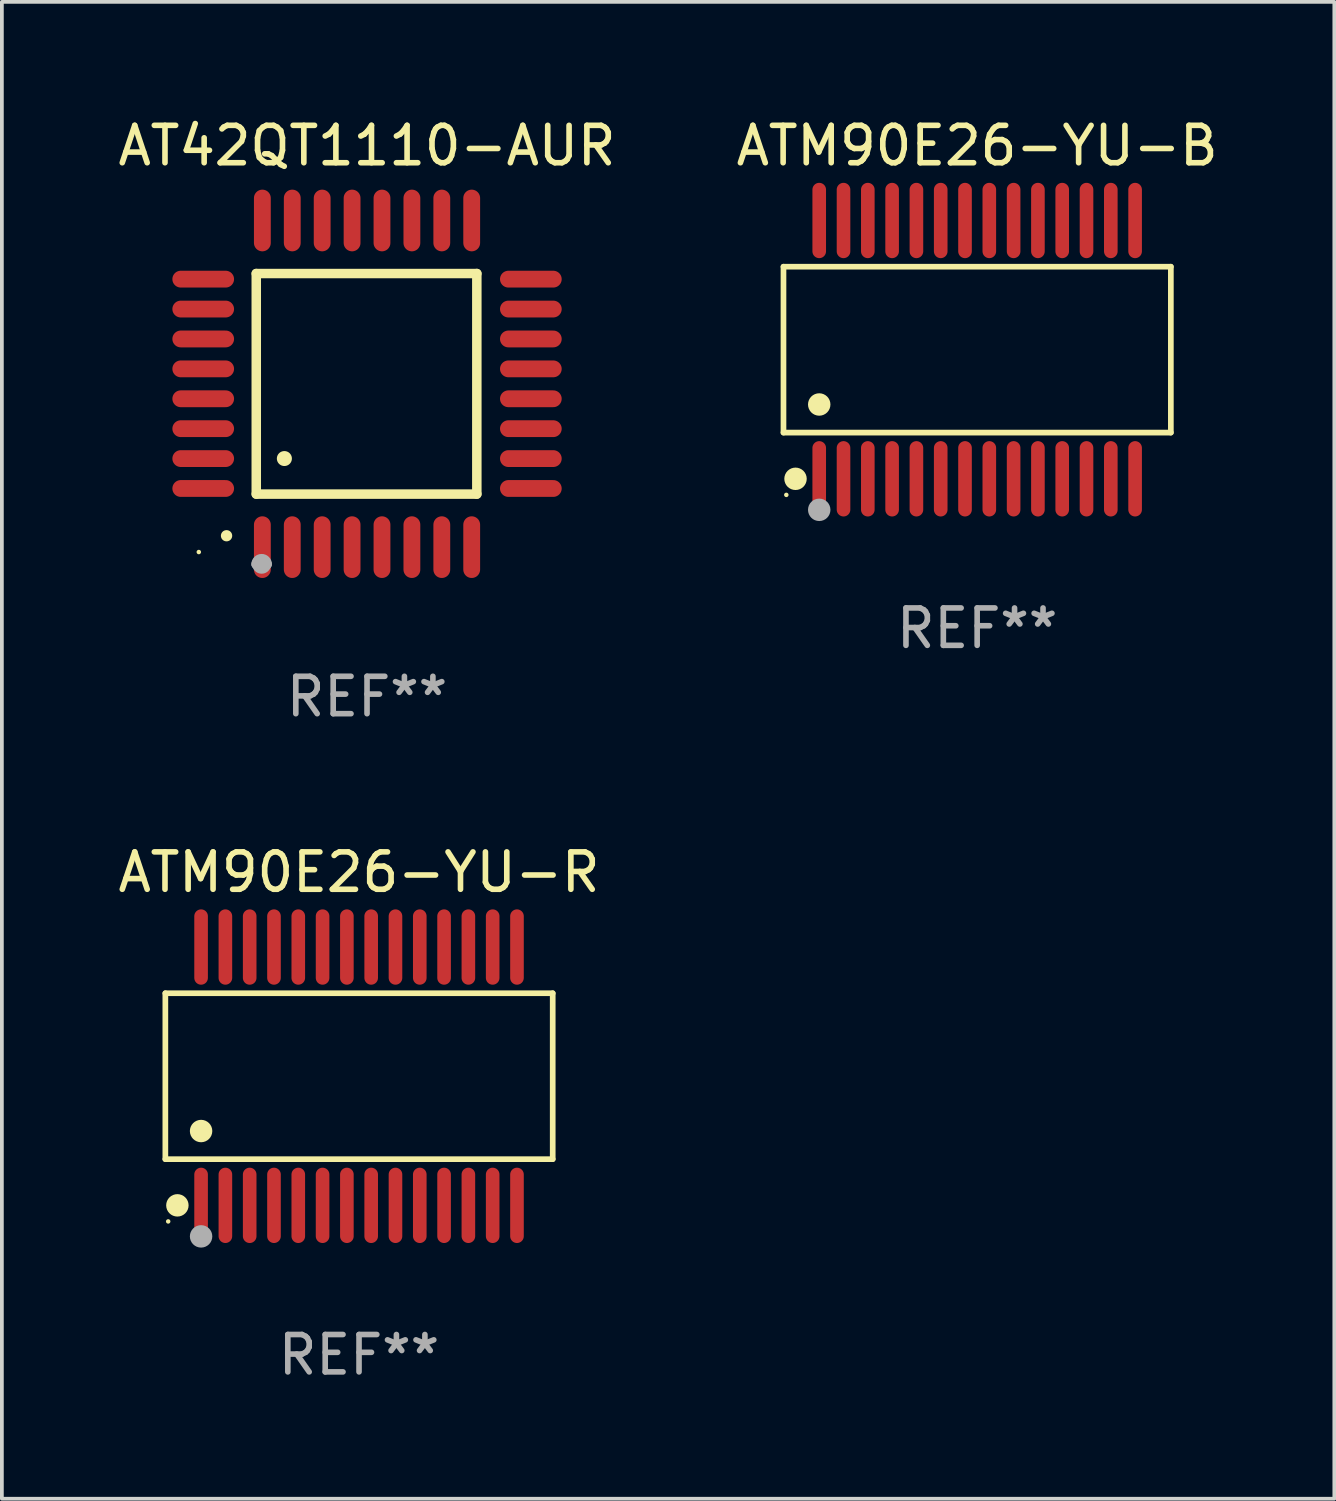
<source format=kicad_pcb>
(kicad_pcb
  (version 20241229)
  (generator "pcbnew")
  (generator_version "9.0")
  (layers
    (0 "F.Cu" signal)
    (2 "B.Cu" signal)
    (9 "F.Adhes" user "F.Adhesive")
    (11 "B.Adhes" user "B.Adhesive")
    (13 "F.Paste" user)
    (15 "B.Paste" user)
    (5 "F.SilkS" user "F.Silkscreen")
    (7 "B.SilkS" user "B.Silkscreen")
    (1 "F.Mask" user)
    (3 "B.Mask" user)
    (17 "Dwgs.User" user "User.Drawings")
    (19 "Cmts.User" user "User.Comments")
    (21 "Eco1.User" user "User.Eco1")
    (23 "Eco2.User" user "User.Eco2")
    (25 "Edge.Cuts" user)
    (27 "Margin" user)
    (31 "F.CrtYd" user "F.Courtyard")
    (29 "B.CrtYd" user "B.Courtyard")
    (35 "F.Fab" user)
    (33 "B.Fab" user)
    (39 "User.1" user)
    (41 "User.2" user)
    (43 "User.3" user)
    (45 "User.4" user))
  (footprint "ATM90E26-YU-R"
    (layer "F.Cu")
    (at 6.554 25.738)
    (property "Reference" "ATM90E26-YU-R" (at 0 -5.455 0) (layer "F.SilkS") (effects (font (size 1 1) (thickness 0.15))))
    (attr through_hole)
    (fp_line (start -5.181 -2.219) (end 5.181 -2.219) (stroke (width 0.152) (type solid)) (layer "F.SilkS"))
    (fp_line (start -5.181 2.219) (end -5.181 -2.219) (stroke (width 0.152) (type solid)) (layer "F.SilkS"))
    (fp_line (start 5.181 -2.219) (end 5.181 2.219) (stroke (width 0.152) (type solid)) (layer "F.SilkS"))
    (fp_line (start 5.181 2.219) (end -5.181 2.219) (stroke (width 0.152) (type solid)) (layer "F.SilkS"))
    (fp_circle (center -5.105 3.885) (end -5.075 3.885) (stroke (width 0.06) (type solid)) (fill no) (layer "F.SilkS"))
    (fp_circle (center -4.859 3.455) (end -4.709 3.455) (stroke (width 0.3) (type solid)) (fill no) (layer "F.SilkS"))
    (fp_circle (center -4.225 1.467) (end -4.075 1.467) (stroke (width 0.3) (type solid)) (fill no) (layer "F.SilkS"))
    (fp_circle (center -4.225 4.285) (end -4.075 4.285) (stroke (width 0.3) (type solid)) (fill no) (layer "F.Fab"))
    (fp_text user "REF**" (at 0 7.455 0) (layer "F.Fab") (effects (font (size 1 1) (thickness 0.15))))
    (pad "1" smd oval (at -4.225 3.455) (size 0.364 2.015) (layers "F.Cu" "F.Mask" "F.Paste"))
    (pad "2" smd oval (at -3.575 3.455) (size 0.364 2.015) (layers "F.Cu" "F.Mask" "F.Paste"))
    (pad "3" smd oval (at -2.925 3.455) (size 0.364 2.015) (layers "F.Cu" "F.Mask" "F.Paste"))
    (pad "4" smd oval (at -2.275 3.455) (size 0.364 2.015) (layers "F.Cu" "F.Mask" "F.Paste"))
    (pad "5" smd oval (at -1.625 3.455) (size 0.364 2.015) (layers "F.Cu" "F.Mask" "F.Paste"))
    (pad "6" smd oval (at -0.975 3.455) (size 0.364 2.015) (layers "F.Cu" "F.Mask" "F.Paste"))
    (pad "7" smd oval (at -0.325 3.455) (size 0.364 2.015) (layers "F.Cu" "F.Mask" "F.Paste"))
    (pad "8" smd oval (at 0.325 3.455) (size 0.364 2.015) (layers "F.Cu" "F.Mask" "F.Paste"))
    (pad "9" smd oval (at 0.975 3.455) (size 0.364 2.015) (layers "F.Cu" "F.Mask" "F.Paste"))
    (pad "10" smd oval (at 1.625 3.455) (size 0.364 2.015) (layers "F.Cu" "F.Mask" "F.Paste"))
    (pad "11" smd oval (at 2.275 3.455) (size 0.364 2.015) (layers "F.Cu" "F.Mask" "F.Paste"))
    (pad "12" smd oval (at 2.925 3.455) (size 0.364 2.015) (layers "F.Cu" "F.Mask" "F.Paste"))
    (pad "13" smd oval (at 3.575 3.455) (size 0.364 2.015) (layers "F.Cu" "F.Mask" "F.Paste"))
    (pad "14" smd oval (at 4.225 3.455) (size 0.364 2.015) (layers "F.Cu" "F.Mask" "F.Paste"))
    (pad "15" smd oval (at 4.225 -3.455) (size 0.364 2.015) (layers "F.Cu" "F.Mask" "F.Paste"))
    (pad "16" smd oval (at 3.575 -3.455) (size 0.364 2.015) (layers "F.Cu" "F.Mask" "F.Paste"))
    (pad "17" smd oval (at 2.925 -3.455) (size 0.364 2.015) (layers "F.Cu" "F.Mask" "F.Paste"))
    (pad "18" smd oval (at 2.275 -3.455) (size 0.364 2.015) (layers "F.Cu" "F.Mask" "F.Paste"))
    (pad "19" smd oval (at 1.625 -3.455) (size 0.364 2.015) (layers "F.Cu" "F.Mask" "F.Paste"))
    (pad "20" smd oval (at 0.975 -3.455) (size 0.364 2.015) (layers "F.Cu" "F.Mask" "F.Paste"))
    (pad "21" smd oval (at 0.325 -3.455) (size 0.364 2.015) (layers "F.Cu" "F.Mask" "F.Paste"))
    (pad "22" smd oval (at -0.325 -3.455) (size 0.364 2.015) (layers "F.Cu" "F.Mask" "F.Paste"))
    (pad "23" smd oval (at -0.975 -3.455) (size 0.364 2.015) (layers "F.Cu" "F.Mask" "F.Paste"))
    (pad "24" smd oval (at -1.625 -3.455) (size 0.364 2.015) (layers "F.Cu" "F.Mask" "F.Paste"))
    (pad "25" smd oval (at -2.275 -3.455) (size 0.364 2.015) (layers "F.Cu" "F.Mask" "F.Paste"))
    (pad "26" smd oval (at -2.925 -3.455) (size 0.364 2.015) (layers "F.Cu" "F.Mask" "F.Paste"))
    (pad "27" smd oval (at -3.575 -3.455) (size 0.364 2.015) (layers "F.Cu" "F.Mask" "F.Paste"))
    (pad "28" smd oval (at -4.225 -3.455) (size 0.364 2.015) (layers "F.Cu" "F.Mask" "F.Paste")))
  (footprint "AT42QT1110-AUR"
    (layer "F.Cu")
    (at 6.768 7.217)
    (property "Reference" "AT42QT1110-AUR" (at 0 -6.369 0) (layer "F.SilkS") (effects (font (size 1 1) (thickness 0.15))))
    (attr through_hole)
    (fp_line (start -2.963 -2.95) (end -2.963 2.95) (stroke (width 0.254) (type solid)) (layer "F.SilkS"))
    (fp_line (start -2.963 2.95) (end 2.937 2.95) (stroke (width 0.254) (type solid)) (layer "F.SilkS"))
    (fp_line (start 2.937 -2.95) (end -2.963 -2.95) (stroke (width 0.254) (type solid)) (layer "F.SilkS"))
    (fp_line (start 2.937 2.95) (end 2.937 -2.95) (stroke (width 0.254) (type solid)) (layer "F.SilkS"))
    (fp_arc (start -3.759208 4.064008) (mid -3.757938 4.064003) (end -3.756668 4.064008) (stroke (width 0.3) (type solid)) (layer "F.SilkS"))
    (fp_arc (start -2.212344 1.998984) (mid -2.211074 1.99898) (end -2.209804 1.998984) (stroke (width 0.4) (type solid)) (layer "F.SilkS"))
    (fp_circle (center -4.5 4.5) (end -4.47 4.5) (stroke (width 0.06) (type solid)) (fill no) (layer "F.SilkS"))
    (fp_arc (start -2.967489 4.82601) (mid -2.819406 4.677927) (end -2.671323 4.82601) (stroke (width 0.254001) (type solid)) (layer "F.Fab"))
    (fp_arc (start -2.967488 4.82601) (mid -2.819406 4.791053) (end -2.671324 4.82601) (stroke (width 0.254001) (type solid)) (layer "F.Fab"))
    (fp_circle (center -2.819 4.826) (end -2.692 4.826) (stroke (width 0.254) (type solid)) (fill no) (layer "F.Fab"))
    (fp_text user "REF**" (at 0 8.369 0) (layer "F.Fab") (effects (font (size 1 1) (thickness 0.15))))
    (pad "1" smd oval (at -2.8 4.369) (size 0.45 1.65) (layers "F.Cu" "F.Mask" "F.Paste"))
    (pad "2" smd oval (at -2 4.369) (size 0.45 1.65) (layers "F.Cu" "F.Mask" "F.Paste"))
    (pad "3" smd oval (at -1.2 4.369) (size 0.45 1.65) (layers "F.Cu" "F.Mask" "F.Paste"))
    (pad "4" smd oval (at -0.4 4.369) (size 0.45 1.65) (layers "F.Cu" "F.Mask" "F.Paste"))
    (pad "5" smd oval (at 0.4 4.369) (size 0.45 1.65) (layers "F.Cu" "F.Mask" "F.Paste"))
    (pad "6" smd oval (at 1.2 4.369) (size 0.45 1.65) (layers "F.Cu" "F.Mask" "F.Paste"))
    (pad "7" smd oval (at 2 4.369) (size 0.45 1.65) (layers "F.Cu" "F.Mask" "F.Paste"))
    (pad "8" smd oval (at 2.8 4.369) (size 0.45 1.65) (layers "F.Cu" "F.Mask" "F.Paste"))
    (pad "9" smd oval (at 4.382 2.8) (size 1.65 0.45) (layers "F.Cu" "F.Mask" "F.Paste"))
    (pad "10" smd oval (at 4.382 2) (size 1.65 0.45) (layers "F.Cu" "F.Mask" "F.Paste"))
    (pad "11" smd oval (at 4.382 1.2) (size 1.65 0.45) (layers "F.Cu" "F.Mask" "F.Paste"))
    (pad "12" smd oval (at 4.382 0.4) (size 1.65 0.45) (layers "F.Cu" "F.Mask" "F.Paste"))
    (pad "13" smd oval (at 4.382 -0.4) (size 1.65 0.45) (layers "F.Cu" "F.Mask" "F.Paste"))
    (pad "14" smd oval (at 4.382 -1.2) (size 1.65 0.45) (layers "F.Cu" "F.Mask" "F.Paste"))
    (pad "15" smd oval (at 4.382 -2) (size 1.65 0.45) (layers "F.Cu" "F.Mask" "F.Paste"))
    (pad "16" smd oval (at 4.382 -2.8) (size 1.65 0.45) (layers "F.Cu" "F.Mask" "F.Paste"))
    (pad "17" smd oval (at 2.8 -4.369) (size 0.45 1.65) (layers "F.Cu" "F.Mask" "F.Paste"))
    (pad "18" smd oval (at 2 -4.369) (size 0.45 1.65) (layers "F.Cu" "F.Mask" "F.Paste"))
    (pad "19" smd oval (at 1.2 -4.369) (size 0.45 1.65) (layers "F.Cu" "F.Mask" "F.Paste"))
    (pad "20" smd oval (at 0.4 -4.369) (size 0.45 1.65) (layers "F.Cu" "F.Mask" "F.Paste"))
    (pad "21" smd oval (at -0.4 -4.369) (size 0.45 1.65) (layers "F.Cu" "F.Mask" "F.Paste"))
    (pad "22" smd oval (at -1.2 -4.369) (size 0.45 1.65) (layers "F.Cu" "F.Mask" "F.Paste"))
    (pad "23" smd oval (at -2 -4.369) (size 0.45 1.65) (layers "F.Cu" "F.Mask" "F.Paste"))
    (pad "24" smd oval (at -2.8 -4.369) (size 0.45 1.65) (layers "F.Cu" "F.Mask" "F.Paste"))
    (pad "25" smd oval (at -4.382 -2.8) (size 1.65 0.45) (layers "F.Cu" "F.Mask" "F.Paste"))
    (pad "26" smd oval (at -4.382 -2) (size 1.65 0.45) (layers "F.Cu" "F.Mask" "F.Paste"))
    (pad "27" smd oval (at -4.382 -1.2) (size 1.65 0.45) (layers "F.Cu" "F.Mask" "F.Paste"))
    (pad "28" smd oval (at -4.382 -0.4) (size 1.65 0.45) (layers "F.Cu" "F.Mask" "F.Paste"))
    (pad "29" smd oval (at -4.382 0.4) (size 1.65 0.45) (layers "F.Cu" "F.Mask" "F.Paste"))
    (pad "30" smd oval (at -4.382 1.2) (size 1.65 0.45) (layers "F.Cu" "F.Mask" "F.Paste"))
    (pad "31" smd oval (at -4.382 2) (size 1.65 0.45) (layers "F.Cu" "F.Mask" "F.Paste"))
    (pad "32" smd oval (at -4.382 2.8) (size 1.65 0.45) (layers "F.Cu" "F.Mask" "F.Paste")))
  (footprint "ATM90E26-YU-B"
    (layer "F.Cu")
    (at 23.089 6.303)
    (property "Reference" "ATM90E26-YU-B" (at 0 -5.455 0) (layer "F.SilkS") (effects (font (size 1 1) (thickness 0.15))))
    (attr through_hole)
    (fp_line (start -5.181 -2.219) (end 5.181 -2.219) (stroke (width 0.152) (type solid)) (layer "F.SilkS"))
    (fp_line (start -5.181 2.219) (end -5.181 -2.219) (stroke (width 0.152) (type solid)) (layer "F.SilkS"))
    (fp_line (start 5.181 -2.219) (end 5.181 2.219) (stroke (width 0.152) (type solid)) (layer "F.SilkS"))
    (fp_line (start 5.181 2.219) (end -5.181 2.219) (stroke (width 0.152) (type solid)) (layer "F.SilkS"))
    (fp_circle (center -5.105 3.885) (end -5.075 3.885) (stroke (width 0.06) (type solid)) (fill no) (layer "F.SilkS"))
    (fp_circle (center -4.859 3.455) (end -4.709 3.455) (stroke (width 0.3) (type solid)) (fill no) (layer "F.SilkS"))
    (fp_circle (center -4.225 1.467) (end -4.075 1.467) (stroke (width 0.3) (type solid)) (fill no) (layer "F.SilkS"))
    (fp_circle (center -4.225 4.285) (end -4.075 4.285) (stroke (width 0.3) (type solid)) (fill no) (layer "F.Fab"))
    (fp_text user "REF**" (at 0 7.455 0) (layer "F.Fab") (effects (font (size 1 1) (thickness 0.15))))
    (pad "1" smd oval (at -4.225 3.455) (size 0.364 2.015) (layers "F.Cu" "F.Mask" "F.Paste"))
    (pad "2" smd oval (at -3.575 3.455) (size 0.364 2.015) (layers "F.Cu" "F.Mask" "F.Paste"))
    (pad "3" smd oval (at -2.925 3.455) (size 0.364 2.015) (layers "F.Cu" "F.Mask" "F.Paste"))
    (pad "4" smd oval (at -2.275 3.455) (size 0.364 2.015) (layers "F.Cu" "F.Mask" "F.Paste"))
    (pad "5" smd oval (at -1.625 3.455) (size 0.364 2.015) (layers "F.Cu" "F.Mask" "F.Paste"))
    (pad "6" smd oval (at -0.975 3.455) (size 0.364 2.015) (layers "F.Cu" "F.Mask" "F.Paste"))
    (pad "7" smd oval (at -0.325 3.455) (size 0.364 2.015) (layers "F.Cu" "F.Mask" "F.Paste"))
    (pad "8" smd oval (at 0.325 3.455) (size 0.364 2.015) (layers "F.Cu" "F.Mask" "F.Paste"))
    (pad "9" smd oval (at 0.975 3.455) (size 0.364 2.015) (layers "F.Cu" "F.Mask" "F.Paste"))
    (pad "10" smd oval (at 1.625 3.455) (size 0.364 2.015) (layers "F.Cu" "F.Mask" "F.Paste"))
    (pad "11" smd oval (at 2.275 3.455) (size 0.364 2.015) (layers "F.Cu" "F.Mask" "F.Paste"))
    (pad "12" smd oval (at 2.925 3.455) (size 0.364 2.015) (layers "F.Cu" "F.Mask" "F.Paste"))
    (pad "13" smd oval (at 3.575 3.455) (size 0.364 2.015) (layers "F.Cu" "F.Mask" "F.Paste"))
    (pad "14" smd oval (at 4.225 3.455) (size 0.364 2.015) (layers "F.Cu" "F.Mask" "F.Paste"))
    (pad "15" smd oval (at 4.225 -3.455) (size 0.364 2.015) (layers "F.Cu" "F.Mask" "F.Paste"))
    (pad "16" smd oval (at 3.575 -3.455) (size 0.364 2.015) (layers "F.Cu" "F.Mask" "F.Paste"))
    (pad "17" smd oval (at 2.925 -3.455) (size 0.364 2.015) (layers "F.Cu" "F.Mask" "F.Paste"))
    (pad "18" smd oval (at 2.275 -3.455) (size 0.364 2.015) (layers "F.Cu" "F.Mask" "F.Paste"))
    (pad "19" smd oval (at 1.625 -3.455) (size 0.364 2.015) (layers "F.Cu" "F.Mask" "F.Paste"))
    (pad "20" smd oval (at 0.975 -3.455) (size 0.364 2.015) (layers "F.Cu" "F.Mask" "F.Paste"))
    (pad "21" smd oval (at 0.325 -3.455) (size 0.364 2.015) (layers "F.Cu" "F.Mask" "F.Paste"))
    (pad "22" smd oval (at -0.325 -3.455) (size 0.364 2.015) (layers "F.Cu" "F.Mask" "F.Paste"))
    (pad "23" smd oval (at -0.975 -3.455) (size 0.364 2.015) (layers "F.Cu" "F.Mask" "F.Paste"))
    (pad "24" smd oval (at -1.625 -3.455) (size 0.364 2.015) (layers "F.Cu" "F.Mask" "F.Paste"))
    (pad "25" smd oval (at -2.275 -3.455) (size 0.364 2.015) (layers "F.Cu" "F.Mask" "F.Paste"))
    (pad "26" smd oval (at -2.925 -3.455) (size 0.364 2.015) (layers "F.Cu" "F.Mask" "F.Paste"))
    (pad "27" smd oval (at -3.575 -3.455) (size 0.364 2.015) (layers "F.Cu" "F.Mask" "F.Paste"))
    (pad "28" smd oval (at -4.225 -3.455) (size 0.364 2.015) (layers "F.Cu" "F.Mask" "F.Paste")))
  (gr_rect
    (start -3 -3)
    (end 32.643 37.041)
    (stroke (width 0.1) (type default))
    (fill no)
    (layer "Edge.Cuts")))
</source>
